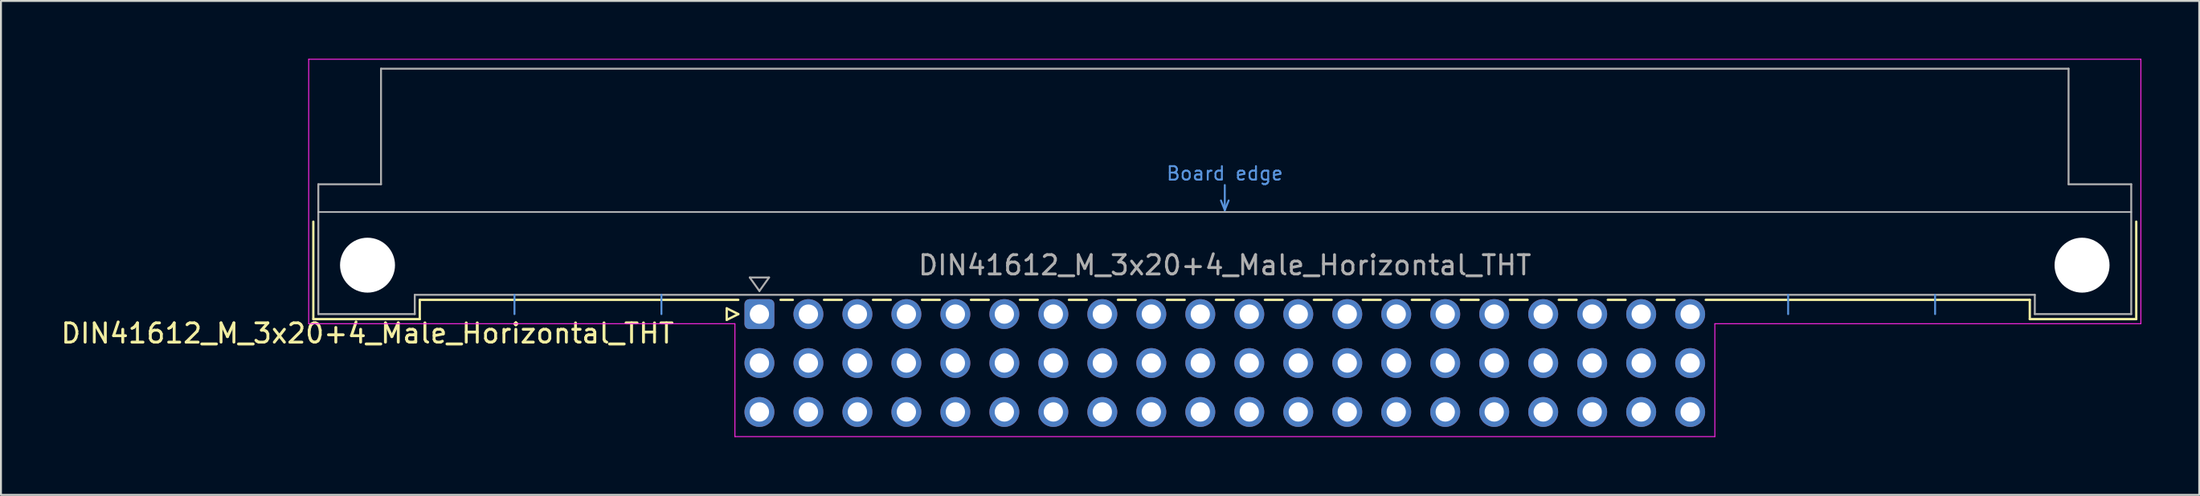
<source format=kicad_pcb>
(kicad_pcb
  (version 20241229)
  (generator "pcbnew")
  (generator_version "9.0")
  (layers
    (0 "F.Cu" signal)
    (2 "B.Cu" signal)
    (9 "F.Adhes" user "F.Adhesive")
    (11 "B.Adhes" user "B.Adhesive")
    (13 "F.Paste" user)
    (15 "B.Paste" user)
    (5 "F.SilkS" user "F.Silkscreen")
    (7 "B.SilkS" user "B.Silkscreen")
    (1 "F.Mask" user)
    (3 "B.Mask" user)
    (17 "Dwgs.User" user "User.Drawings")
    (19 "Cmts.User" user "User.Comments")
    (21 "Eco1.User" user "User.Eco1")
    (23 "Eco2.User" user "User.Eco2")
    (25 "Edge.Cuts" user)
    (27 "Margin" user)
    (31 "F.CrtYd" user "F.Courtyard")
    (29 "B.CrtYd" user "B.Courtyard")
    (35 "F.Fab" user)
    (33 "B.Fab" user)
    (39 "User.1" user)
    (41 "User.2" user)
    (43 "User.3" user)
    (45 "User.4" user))
  (footprint "DIN41612_M_3x20+4_Male_Horizontal_THT"
    (layer "F.Cu")
    (at 21.086 13.255)
    (property "Reference" "DIN41612_M_3x20+4_Male_Horizontal_THT" (at -5.08 1 0) (layer "F.SilkS") (effects (font (size 1 1) (thickness 0.15))))
    (attr through_hole)
    (fp_line (start -7.89 -4.8) (end -7.89 0.26) (stroke (width 0.12) (type solid)) (layer "F.SilkS"))
    (fp_line (start -7.89 0.26) (end -2.37 0.26) (stroke (width 0.12) (type solid)) (layer "F.SilkS"))
    (fp_line (start -2.37 -0.74) (end 14.145 -0.74) (stroke (width 0.12) (type solid)) (layer "F.SilkS"))
    (fp_line (start -2.37 0.26) (end -2.37 -0.74) (stroke (width 0.12) (type solid)) (layer "F.SilkS"))
    (fp_line (start 13.545 -0.3) (end 13.545 0.3) (stroke (width 0.12) (type solid)) (layer "F.SilkS"))
    (fp_line (start 13.545 0.3) (end 14.145 0) (stroke (width 0.12) (type solid)) (layer "F.SilkS"))
    (fp_line (start 14.145 0) (end 13.545 -0.3) (stroke (width 0.12) (type solid)) (layer "F.SilkS"))
    (fp_line (start 16.335 -0.74) (end 16.973 -0.74) (stroke (width 0.12) (type solid)) (layer "F.SilkS"))
    (fp_line (start 18.587 -0.74) (end 19.513 -0.74) (stroke (width 0.12) (type solid)) (layer "F.SilkS"))
    (fp_line (start 21.127 -0.74) (end 22.053 -0.74) (stroke (width 0.12) (type solid)) (layer "F.SilkS"))
    (fp_line (start 23.667 -0.74) (end 24.593 -0.74) (stroke (width 0.12) (type solid)) (layer "F.SilkS"))
    (fp_line (start 26.207 -0.74) (end 27.133 -0.74) (stroke (width 0.12) (type solid)) (layer "F.SilkS"))
    (fp_line (start 28.747 -0.74) (end 29.673 -0.74) (stroke (width 0.12) (type solid)) (layer "F.SilkS"))
    (fp_line (start 31.287 -0.74) (end 32.213 -0.74) (stroke (width 0.12) (type solid)) (layer "F.SilkS"))
    (fp_line (start 33.827 -0.74) (end 34.753 -0.74) (stroke (width 0.12) (type solid)) (layer "F.SilkS"))
    (fp_line (start 36.367 -0.74) (end 37.293 -0.74) (stroke (width 0.12) (type solid)) (layer "F.SilkS"))
    (fp_line (start 38.907 -0.74) (end 39.833 -0.74) (stroke (width 0.12) (type solid)) (layer "F.SilkS"))
    (fp_line (start 41.447 -0.74) (end 42.373 -0.74) (stroke (width 0.12) (type solid)) (layer "F.SilkS"))
    (fp_line (start 43.987 -0.74) (end 44.913 -0.74) (stroke (width 0.12) (type solid)) (layer "F.SilkS"))
    (fp_line (start 46.527 -0.74) (end 47.453 -0.74) (stroke (width 0.12) (type solid)) (layer "F.SilkS"))
    (fp_line (start 49.067 -0.74) (end 49.993 -0.74) (stroke (width 0.12) (type solid)) (layer "F.SilkS"))
    (fp_line (start 51.607 -0.74) (end 52.533 -0.74) (stroke (width 0.12) (type solid)) (layer "F.SilkS"))
    (fp_line (start 54.147 -0.74) (end 55.073 -0.74) (stroke (width 0.12) (type solid)) (layer "F.SilkS"))
    (fp_line (start 56.687 -0.74) (end 57.613 -0.74) (stroke (width 0.12) (type solid)) (layer "F.SilkS"))
    (fp_line (start 59.227 -0.74) (end 60.153 -0.74) (stroke (width 0.12) (type solid)) (layer "F.SilkS"))
    (fp_line (start 61.767 -0.74) (end 62.693 -0.74) (stroke (width 0.12) (type solid)) (layer "F.SilkS"))
    (fp_line (start 64.307 -0.74) (end 81.11 -0.74) (stroke (width 0.12) (type solid)) (layer "F.SilkS"))
    (fp_line (start 81.11 0.26) (end 81.11 -0.74) (stroke (width 0.12) (type solid)) (layer "F.SilkS"))
    (fp_line (start 86.63 -4.8) (end 86.63 0.26) (stroke (width 0.12) (type solid)) (layer "F.SilkS"))
    (fp_line (start 86.63 0.26) (end 81.11 0.26) (stroke (width 0.12) (type solid)) (layer "F.SilkS"))
    (fp_line (start -7.63 -5.3) (end 86.37 -5.3) (stroke (width 0.08) (type solid)) (layer "Dwgs.User"))
    (fp_line (start 2.54 0) (end 2.54 -1) (stroke (width 0.1) (type solid)) (layer "Cmts.User"))
    (fp_line (start 10.16 0) (end 10.16 -1) (stroke (width 0.1) (type solid)) (layer "Cmts.User"))
    (fp_line (start 39.17 -5.9) (end 39.37 -5.4) (stroke (width 0.1) (type solid)) (layer "Cmts.User"))
    (fp_line (start 39.37 -5.4) (end 39.37 -6.7) (stroke (width 0.1) (type solid)) (layer "Cmts.User"))
    (fp_line (start 39.37 -5.4) (end 39.57 -5.9) (stroke (width 0.1) (type solid)) (layer "Cmts.User"))
    (fp_line (start 68.58 0) (end 68.58 -1) (stroke (width 0.1) (type solid)) (layer "Cmts.User"))
    (fp_line (start 76.2 0) (end 76.2 -1) (stroke (width 0.1) (type solid)) (layer "Cmts.User"))
    (fp_line (start -8.13 -13.23) (end -8.13 0.5) (stroke (width 0.05) (type solid)) (layer "F.CrtYd"))
    (fp_line (start -8.13 0.5) (end 13.97 0.5) (stroke (width 0.05) (type solid)) (layer "F.CrtYd"))
    (fp_line (start 13.97 0.5) (end 13.97 6.36) (stroke (width 0.05) (type solid)) (layer "F.CrtYd"))
    (fp_line (start 13.97 6.36) (end 64.78 6.36) (stroke (width 0.05) (type solid)) (layer "F.CrtYd"))
    (fp_line (start 64.78 0.5) (end 86.87 0.5) (stroke (width 0.05) (type solid)) (layer "F.CrtYd"))
    (fp_line (start 64.78 6.36) (end 64.78 0.5) (stroke (width 0.05) (type solid)) (layer "F.CrtYd"))
    (fp_line (start 86.87 -13.23) (end -8.13 -13.23) (stroke (width 0.05) (type solid)) (layer "F.CrtYd"))
    (fp_line (start 86.87 0.5) (end 86.87 -13.23) (stroke (width 0.05) (type solid)) (layer "F.CrtYd"))
    (fp_line (start -7.63 -6.74) (end -7.63 0) (stroke (width 0.1) (type solid)) (layer "F.Fab"))
    (fp_line (start -7.63 0) (end -2.63 0) (stroke (width 0.1) (type solid)) (layer "F.Fab"))
    (fp_line (start -4.38 -12.74) (end -4.38 -6.74) (stroke (width 0.1) (type solid)) (layer "F.Fab"))
    (fp_line (start -4.38 -6.74) (end -7.63 -6.74) (stroke (width 0.1) (type solid)) (layer "F.Fab"))
    (fp_line (start -2.63 -1) (end 81.37 -1) (stroke (width 0.1) (type solid)) (layer "F.Fab"))
    (fp_line (start -2.63 0) (end -2.63 -1) (stroke (width 0.1) (type solid)) (layer "F.Fab"))
    (fp_line (start 14.74 -1.9) (end 15.74 -1.9) (stroke (width 0.1) (type solid)) (layer "F.Fab"))
    (fp_line (start 15.24 -1.2) (end 14.74 -1.9) (stroke (width 0.1) (type solid)) (layer "F.Fab"))
    (fp_line (start 15.74 -1.9) (end 15.24 -1.2) (stroke (width 0.1) (type solid)) (layer "F.Fab"))
    (fp_line (start 81.37 -1) (end 81.37 0) (stroke (width 0.1) (type solid)) (layer "F.Fab"))
    (fp_line (start 81.37 0) (end 86.37 0) (stroke (width 0.1) (type solid)) (layer "F.Fab"))
    (fp_line (start 83.12 -12.74) (end -4.38 -12.74) (stroke (width 0.1) (type solid)) (layer "F.Fab"))
    (fp_line (start 83.12 -6.74) (end 83.12 -12.74) (stroke (width 0.1) (type solid)) (layer "F.Fab"))
    (fp_line (start 86.37 -6.74) (end 83.12 -6.74) (stroke (width 0.1) (type solid)) (layer "F.Fab"))
    (fp_line (start 86.37 0) (end 86.37 -6.74) (stroke (width 0.1) (type solid)) (layer "F.Fab"))
    (fp_text user "Board edge" (at 39.37 -7.3 0) (layer "Cmts.User") (effects (font (size 0.7 0.7) (thickness 0.1))))
    (fp_text user "${REFERENCE}" (at 39.37 -2.54 0) (layer "F.Fab") (effects (font (size 1 1) (thickness 0.15))))
    (pad "" np_thru_hole circle (at -5.08 -2.54) (size 2.85 2.85) (drill 2.85) (layers "*.Cu" "*.Mask"))
    (pad "" np_thru_hole circle (at 83.82 -2.54) (size 2.85 2.85) (drill 2.85) (layers "*.Cu" "*.Mask"))
    (pad "a7" thru_hole roundrect (at 15.24 0) (size 1.55 1.55) (drill 1) (layers "*.Cu" "*.Mask") (roundrect_rratio 0.161))
    (pad "a8" thru_hole circle (at 17.78 0) (size 1.55 1.55) (drill 1) (layers "*.Cu" "*.Mask"))
    (pad "a9" thru_hole circle (at 20.32 0) (size 1.55 1.55) (drill 1) (layers "*.Cu" "*.Mask"))
    (pad "a10" thru_hole circle (at 22.86 0) (size 1.55 1.55) (drill 1) (layers "*.Cu" "*.Mask"))
    (pad "a11" thru_hole circle (at 25.4 0) (size 1.55 1.55) (drill 1) (layers "*.Cu" "*.Mask"))
    (pad "a12" thru_hole circle (at 27.94 0) (size 1.55 1.55) (drill 1) (layers "*.Cu" "*.Mask"))
    (pad "a13" thru_hole circle (at 30.48 0) (size 1.55 1.55) (drill 1) (layers "*.Cu" "*.Mask"))
    (pad "a14" thru_hole circle (at 33.02 0) (size 1.55 1.55) (drill 1) (layers "*.Cu" "*.Mask"))
    (pad "a15" thru_hole circle (at 35.56 0) (size 1.55 1.55) (drill 1) (layers "*.Cu" "*.Mask"))
    (pad "a16" thru_hole circle (at 38.1 0) (size 1.55 1.55) (drill 1) (layers "*.Cu" "*.Mask"))
    (pad "a17" thru_hole circle (at 40.64 0) (size 1.55 1.55) (drill 1) (layers "*.Cu" "*.Mask"))
    (pad "a18" thru_hole circle (at 43.18 0) (size 1.55 1.55) (drill 1) (layers "*.Cu" "*.Mask"))
    (pad "a19" thru_hole circle (at 45.72 0) (size 1.55 1.55) (drill 1) (layers "*.Cu" "*.Mask"))
    (pad "a20" thru_hole circle (at 48.26 0) (size 1.55 1.55) (drill 1) (layers "*.Cu" "*.Mask"))
    (pad "a21" thru_hole circle (at 50.8 0) (size 1.55 1.55) (drill 1) (layers "*.Cu" "*.Mask"))
    (pad "a22" thru_hole circle (at 53.34 0) (size 1.55 1.55) (drill 1) (layers "*.Cu" "*.Mask"))
    (pad "a23" thru_hole circle (at 55.88 0) (size 1.55 1.55) (drill 1) (layers "*.Cu" "*.Mask"))
    (pad "a24" thru_hole circle (at 58.42 0) (size 1.55 1.55) (drill 1) (layers "*.Cu" "*.Mask"))
    (pad "a25" thru_hole circle (at 60.96 0) (size 1.55 1.55) (drill 1) (layers "*.Cu" "*.Mask"))
    (pad "a26" thru_hole circle (at 63.5 0) (size 1.55 1.55) (drill 1) (layers "*.Cu" "*.Mask"))
    (pad "b7" thru_hole circle (at 15.24 2.54) (size 1.55 1.55) (drill 1) (layers "*.Cu" "*.Mask"))
    (pad "b8" thru_hole circle (at 17.78 2.54) (size 1.55 1.55) (drill 1) (layers "*.Cu" "*.Mask"))
    (pad "b9" thru_hole circle (at 20.32 2.54) (size 1.55 1.55) (drill 1) (layers "*.Cu" "*.Mask"))
    (pad "b10" thru_hole circle (at 22.86 2.54) (size 1.55 1.55) (drill 1) (layers "*.Cu" "*.Mask"))
    (pad "b11" thru_hole circle (at 25.4 2.54) (size 1.55 1.55) (drill 1) (layers "*.Cu" "*.Mask"))
    (pad "b12" thru_hole circle (at 27.94 2.54) (size 1.55 1.55) (drill 1) (layers "*.Cu" "*.Mask"))
    (pad "b13" thru_hole circle (at 30.48 2.54) (size 1.55 1.55) (drill 1) (layers "*.Cu" "*.Mask"))
    (pad "b14" thru_hole circle (at 33.02 2.54) (size 1.55 1.55) (drill 1) (layers "*.Cu" "*.Mask"))
    (pad "b15" thru_hole circle (at 35.56 2.54) (size 1.55 1.55) (drill 1) (layers "*.Cu" "*.Mask"))
    (pad "b16" thru_hole circle (at 38.1 2.54) (size 1.55 1.55) (drill 1) (layers "*.Cu" "*.Mask"))
    (pad "b17" thru_hole circle (at 40.64 2.54) (size 1.55 1.55) (drill 1) (layers "*.Cu" "*.Mask"))
    (pad "b18" thru_hole circle (at 43.18 2.54) (size 1.55 1.55) (drill 1) (layers "*.Cu" "*.Mask"))
    (pad "b19" thru_hole circle (at 45.72 2.54) (size 1.55 1.55) (drill 1) (layers "*.Cu" "*.Mask"))
    (pad "b20" thru_hole circle (at 48.26 2.54) (size 1.55 1.55) (drill 1) (layers "*.Cu" "*.Mask"))
    (pad "b21" thru_hole circle (at 50.8 2.54) (size 1.55 1.55) (drill 1) (layers "*.Cu" "*.Mask"))
    (pad "b22" thru_hole circle (at 53.34 2.54) (size 1.55 1.55) (drill 1) (layers "*.Cu" "*.Mask"))
    (pad "b23" thru_hole circle (at 55.88 2.54) (size 1.55 1.55) (drill 1) (layers "*.Cu" "*.Mask"))
    (pad "b24" thru_hole circle (at 58.42 2.54) (size 1.55 1.55) (drill 1) (layers "*.Cu" "*.Mask"))
    (pad "b25" thru_hole circle (at 60.96 2.54) (size 1.55 1.55) (drill 1) (layers "*.Cu" "*.Mask"))
    (pad "b26" thru_hole circle (at 63.5 2.54) (size 1.55 1.55) (drill 1) (layers "*.Cu" "*.Mask"))
    (pad "c7" thru_hole circle (at 15.24 5.08) (size 1.55 1.55) (drill 1) (layers "*.Cu" "*.Mask"))
    (pad "c8" thru_hole circle (at 17.78 5.08) (size 1.55 1.55) (drill 1) (layers "*.Cu" "*.Mask"))
    (pad "c9" thru_hole circle (at 20.32 5.08) (size 1.55 1.55) (drill 1) (layers "*.Cu" "*.Mask"))
    (pad "c10" thru_hole circle (at 22.86 5.08) (size 1.55 1.55) (drill 1) (layers "*.Cu" "*.Mask"))
    (pad "c11" thru_hole circle (at 25.4 5.08) (size 1.55 1.55) (drill 1) (layers "*.Cu" "*.Mask"))
    (pad "c12" thru_hole circle (at 27.94 5.08) (size 1.55 1.55) (drill 1) (layers "*.Cu" "*.Mask"))
    (pad "c13" thru_hole circle (at 30.48 5.08) (size 1.55 1.55) (drill 1) (layers "*.Cu" "*.Mask"))
    (pad "c14" thru_hole circle (at 33.02 5.08) (size 1.55 1.55) (drill 1) (layers "*.Cu" "*.Mask"))
    (pad "c15" thru_hole circle (at 35.56 5.08) (size 1.55 1.55) (drill 1) (layers "*.Cu" "*.Mask"))
    (pad "c16" thru_hole circle (at 38.1 5.08) (size 1.55 1.55) (drill 1) (layers "*.Cu" "*.Mask"))
    (pad "c17" thru_hole circle (at 40.64 5.08) (size 1.55 1.55) (drill 1) (layers "*.Cu" "*.Mask"))
    (pad "c18" thru_hole circle (at 43.18 5.08) (size 1.55 1.55) (drill 1) (layers "*.Cu" "*.Mask"))
    (pad "c19" thru_hole circle (at 45.72 5.08) (size 1.55 1.55) (drill 1) (layers "*.Cu" "*.Mask"))
    (pad "c20" thru_hole circle (at 48.26 5.08) (size 1.55 1.55) (drill 1) (layers "*.Cu" "*.Mask"))
    (pad "c21" thru_hole circle (at 50.8 5.08) (size 1.55 1.55) (drill 1) (layers "*.Cu" "*.Mask"))
    (pad "c22" thru_hole circle (at 53.34 5.08) (size 1.55 1.55) (drill 1) (layers "*.Cu" "*.Mask"))
    (pad "c23" thru_hole circle (at 55.88 5.08) (size 1.55 1.55) (drill 1) (layers "*.Cu" "*.Mask"))
    (pad "c24" thru_hole circle (at 58.42 5.08) (size 1.55 1.55) (drill 1) (layers "*.Cu" "*.Mask"))
    (pad "c25" thru_hole circle (at 60.96 5.08) (size 1.55 1.55) (drill 1) (layers "*.Cu" "*.Mask"))
    (pad "c26" thru_hole circle (at 63.5 5.08) (size 1.55 1.55) (drill 1) (layers "*.Cu" "*.Mask")))
  (gr_rect
    (start -3 -3)
    (end 110.981 22.64)
    (stroke (width 0.1) (type default))
    (fill no)
    (layer "Edge.Cuts")))
</source>
